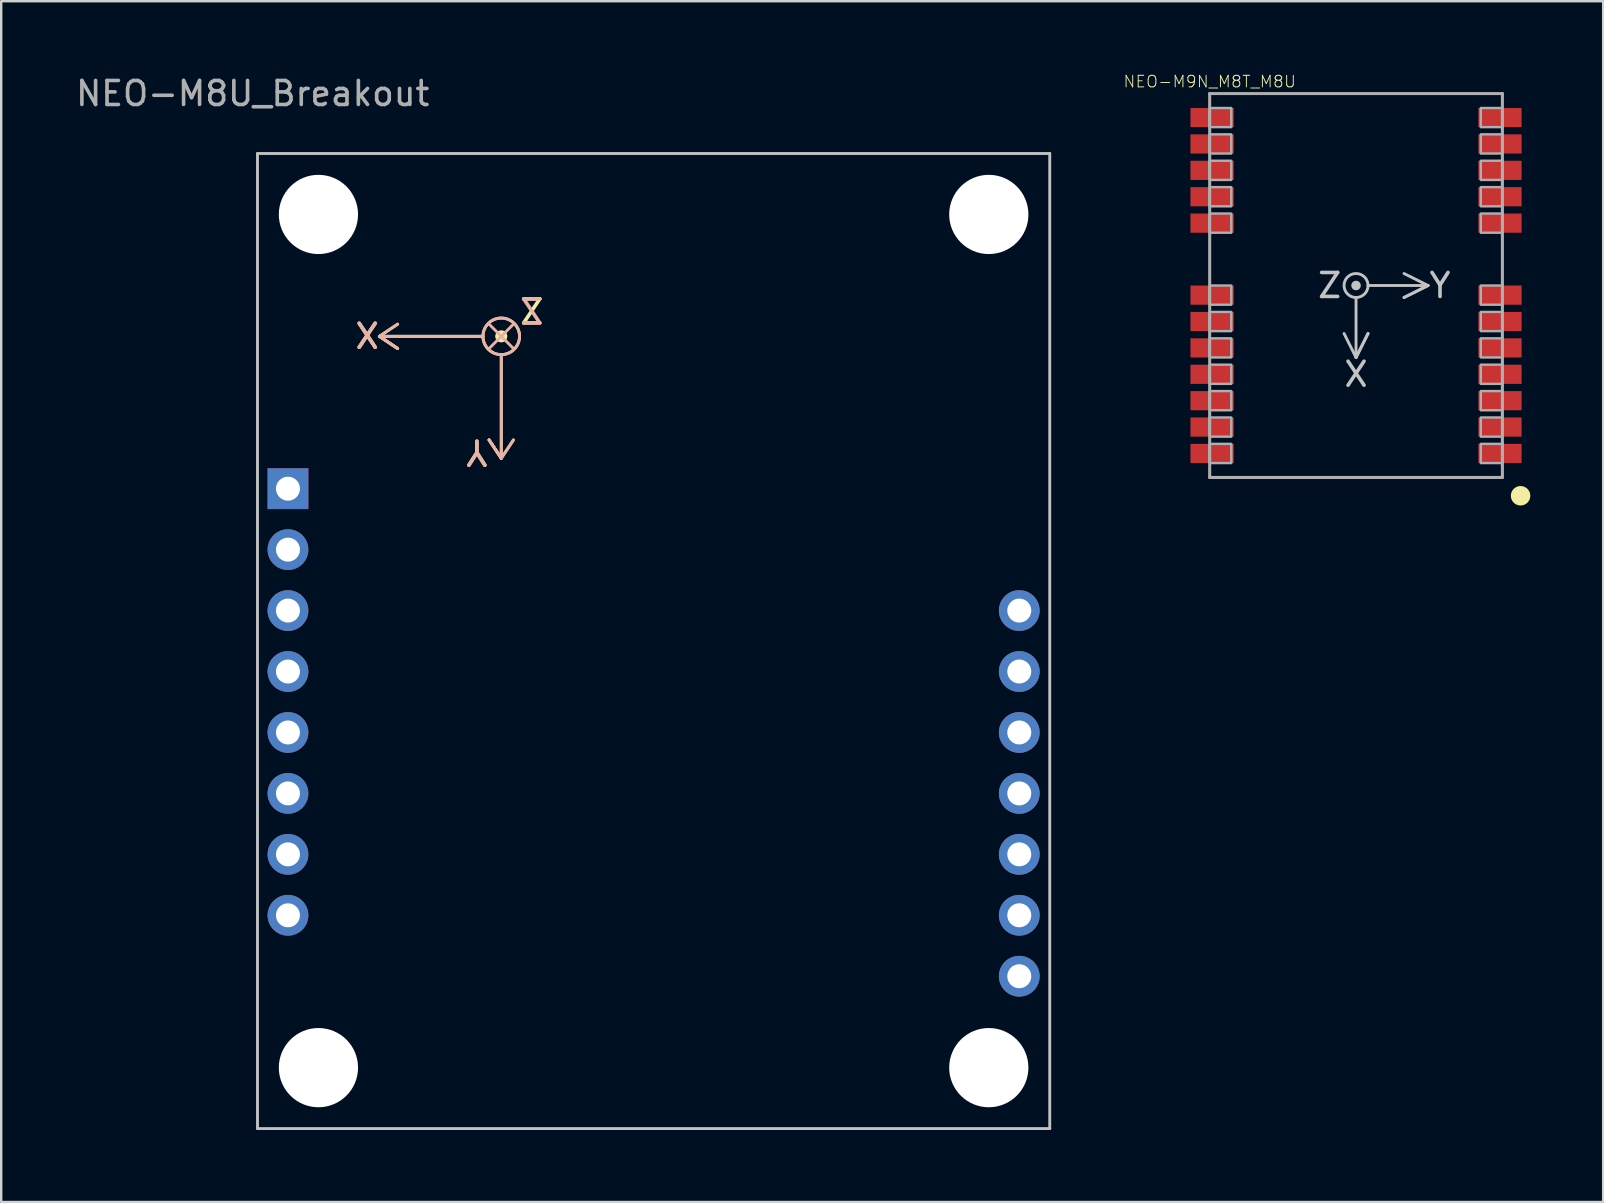
<source format=kicad_pcb>
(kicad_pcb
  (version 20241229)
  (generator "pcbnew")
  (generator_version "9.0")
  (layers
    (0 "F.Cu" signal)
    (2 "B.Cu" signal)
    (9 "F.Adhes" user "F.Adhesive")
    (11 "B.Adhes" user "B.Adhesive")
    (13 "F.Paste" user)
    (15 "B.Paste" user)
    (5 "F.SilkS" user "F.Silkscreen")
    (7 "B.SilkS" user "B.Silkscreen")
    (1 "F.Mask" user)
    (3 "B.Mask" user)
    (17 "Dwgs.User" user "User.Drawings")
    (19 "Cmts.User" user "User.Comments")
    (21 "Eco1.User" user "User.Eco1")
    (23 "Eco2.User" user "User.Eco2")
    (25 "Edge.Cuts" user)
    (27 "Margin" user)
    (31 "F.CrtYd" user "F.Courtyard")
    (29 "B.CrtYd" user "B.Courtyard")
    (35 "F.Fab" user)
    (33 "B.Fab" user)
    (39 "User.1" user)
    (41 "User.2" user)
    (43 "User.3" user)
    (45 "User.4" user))
  (footprint "NEO-M9N_M8T_M8U"
    (layer "F.Cu")
    (at 53.468 8.85)
    (property "Reference" "NEO-M9N_M8T_M8U" (at -6.1 -8.5 0) (layer "F.SilkS") (effects (font (size 0.483 0.483) (thickness 0.039))))
    (attr smd)
    (fp_circle (center 6.858 8.763) (end 7.061 8.763) (stroke (width 0.406) (type solid)) (fill no) (layer "F.SilkS"))
    (fp_poly (pts (xy -6.1 -7.4) (xy -7.3 -7.4) (xy -7.3 -6.6) (xy -6.1 -6.6)) (stroke (width 0) (type solid)) (fill yes) (layer "F.Paste"))
    (fp_poly (pts (xy -6.1 -6.3) (xy -7.3 -6.3) (xy -7.3 -5.5) (xy -6.1 -5.5)) (stroke (width 0) (type solid)) (fill yes) (layer "F.Paste"))
    (fp_poly (pts (xy -6.1 -5.2) (xy -7.3 -5.2) (xy -7.3 -4.4) (xy -6.1 -4.4)) (stroke (width 0) (type solid)) (fill yes) (layer "F.Paste"))
    (fp_poly (pts (xy -6.1 -4.1) (xy -7.3 -4.1) (xy -7.3 -3.3) (xy -6.1 -3.3)) (stroke (width 0) (type solid)) (fill yes) (layer "F.Paste"))
    (fp_poly (pts (xy -6.1 -3) (xy -7.3 -3) (xy -7.3 -2.2) (xy -6.1 -2.2)) (stroke (width 0) (type solid)) (fill yes) (layer "F.Paste"))
    (fp_poly (pts (xy -6.1 0) (xy -7.3 0) (xy -7.3 0.8) (xy -6.1 0.8)) (stroke (width 0) (type solid)) (fill yes) (layer "F.Paste"))
    (fp_poly (pts (xy -6.1 1.1) (xy -7.3 1.1) (xy -7.3 1.9) (xy -6.1 1.9)) (stroke (width 0) (type solid)) (fill yes) (layer "F.Paste"))
    (fp_poly (pts (xy -6.1 2.2) (xy -7.3 2.2) (xy -7.3 3) (xy -6.1 3)) (stroke (width 0) (type solid)) (fill yes) (layer "F.Paste"))
    (fp_poly (pts (xy -6.1 3.3) (xy -7.3 3.3) (xy -7.3 4.1) (xy -6.1 4.1)) (stroke (width 0) (type solid)) (fill yes) (layer "F.Paste"))
    (fp_poly (pts (xy -6.1 4.4) (xy -7.3 4.4) (xy -7.3 5.2) (xy -6.1 5.2)) (stroke (width 0) (type solid)) (fill yes) (layer "F.Paste"))
    (fp_poly (pts (xy -6.1 5.5) (xy -7.3 5.5) (xy -7.3 6.3) (xy -6.1 6.3)) (stroke (width 0) (type solid)) (fill yes) (layer "F.Paste"))
    (fp_poly (pts (xy -6.1 6.6) (xy -7.3 6.6) (xy -7.3 7.4) (xy -6.1 7.4)) (stroke (width 0) (type solid)) (fill yes) (layer "F.Paste"))
    (fp_poly (pts (xy -5.2 -7.3) (xy -6.1 -7.3) (xy -6.1 -6.7) (xy -5.2 -6.7)) (stroke (width 0) (type solid)) (fill yes) (layer "F.Paste"))
    (fp_poly (pts (xy -5.2 -6.2) (xy -6.1 -6.2) (xy -6.1 -5.6) (xy -5.2 -5.6)) (stroke (width 0) (type solid)) (fill yes) (layer "F.Paste"))
    (fp_poly (pts (xy -5.2 -5.1) (xy -6.1 -5.1) (xy -6.1 -4.5) (xy -5.2 -4.5)) (stroke (width 0) (type solid)) (fill yes) (layer "F.Paste"))
    (fp_poly (pts (xy -5.2 -4) (xy -6.1 -4) (xy -6.1 -3.4) (xy -5.2 -3.4)) (stroke (width 0) (type solid)) (fill yes) (layer "F.Paste"))
    (fp_poly (pts (xy -5.2 -2.9) (xy -6.1 -2.9) (xy -6.1 -2.3) (xy -5.2 -2.3)) (stroke (width 0) (type solid)) (fill yes) (layer "F.Paste"))
    (fp_poly (pts (xy -5.2 0.1) (xy -6.1 0.1) (xy -6.1 0.7) (xy -5.2 0.7)) (stroke (width 0) (type solid)) (fill yes) (layer "F.Paste"))
    (fp_poly (pts (xy -5.2 1.2) (xy -6.1 1.2) (xy -6.1 1.8) (xy -5.2 1.8)) (stroke (width 0) (type solid)) (fill yes) (layer "F.Paste"))
    (fp_poly (pts (xy -5.2 2.3) (xy -6.1 2.3) (xy -6.1 2.9) (xy -5.2 2.9)) (stroke (width 0) (type solid)) (fill yes) (layer "F.Paste"))
    (fp_poly (pts (xy -5.2 3.4) (xy -6.1 3.4) (xy -6.1 4) (xy -5.2 4)) (stroke (width 0) (type solid)) (fill yes) (layer "F.Paste"))
    (fp_poly (pts (xy -5.2 4.5) (xy -6.1 4.5) (xy -6.1 5.1) (xy -5.2 5.1)) (stroke (width 0) (type solid)) (fill yes) (layer "F.Paste"))
    (fp_poly (pts (xy -5.2 5.6) (xy -6.1 5.6) (xy -6.1 6.2) (xy -5.2 6.2)) (stroke (width 0) (type solid)) (fill yes) (layer "F.Paste"))
    (fp_poly (pts (xy -5.2 6.7) (xy -6.1 6.7) (xy -6.1 7.3) (xy -5.2 7.3)) (stroke (width 0) (type solid)) (fill yes) (layer "F.Paste"))
    (fp_poly (pts (xy 5.2 -6.7) (xy 6.1 -6.7) (xy 6.1 -7.3) (xy 5.2 -7.3)) (stroke (width 0) (type solid)) (fill yes) (layer "F.Paste"))
    (fp_poly (pts (xy 5.2 -5.6) (xy 6.1 -5.6) (xy 6.1 -6.2) (xy 5.2 -6.2)) (stroke (width 0) (type solid)) (fill yes) (layer "F.Paste"))
    (fp_poly (pts (xy 5.2 -4.5) (xy 6.1 -4.5) (xy 6.1 -5.1) (xy 5.2 -5.1)) (stroke (width 0) (type solid)) (fill yes) (layer "F.Paste"))
    (fp_poly (pts (xy 5.2 -3.4) (xy 6.1 -3.4) (xy 6.1 -4) (xy 5.2 -4)) (stroke (width 0) (type solid)) (fill yes) (layer "F.Paste"))
    (fp_poly (pts (xy 5.2 -2.3) (xy 6.1 -2.3) (xy 6.1 -2.9) (xy 5.2 -2.9)) (stroke (width 0) (type solid)) (fill yes) (layer "F.Paste"))
    (fp_poly (pts (xy 5.2 0.7) (xy 6.1 0.7) (xy 6.1 0.1) (xy 5.2 0.1)) (stroke (width 0) (type solid)) (fill yes) (layer "F.Paste"))
    (fp_poly (pts (xy 5.2 1.8) (xy 6.1 1.8) (xy 6.1 1.2) (xy 5.2 1.2)) (stroke (width 0) (type solid)) (fill yes) (layer "F.Paste"))
    (fp_poly (pts (xy 5.2 2.9) (xy 6.1 2.9) (xy 6.1 2.3) (xy 5.2 2.3)) (stroke (width 0) (type solid)) (fill yes) (layer "F.Paste"))
    (fp_poly (pts (xy 5.2 4) (xy 6.1 4) (xy 6.1 3.4) (xy 5.2 3.4)) (stroke (width 0) (type solid)) (fill yes) (layer "F.Paste"))
    (fp_poly (pts (xy 5.2 5.1) (xy 6.1 5.1) (xy 6.1 4.5) (xy 5.2 4.5)) (stroke (width 0) (type solid)) (fill yes) (layer "F.Paste"))
    (fp_poly (pts (xy 5.2 6.2) (xy 6.1 6.2) (xy 6.1 5.6) (xy 5.2 5.6)) (stroke (width 0) (type solid)) (fill yes) (layer "F.Paste"))
    (fp_poly (pts (xy 5.2 7.3) (xy 6.1 7.3) (xy 6.1 6.7) (xy 5.2 6.7)) (stroke (width 0) (type solid)) (fill yes) (layer "F.Paste"))
    (fp_poly (pts (xy 6.1 -6.6) (xy 7.3 -6.6) (xy 7.3 -7.4) (xy 6.1 -7.4)) (stroke (width 0) (type solid)) (fill yes) (layer "F.Paste"))
    (fp_poly (pts (xy 6.1 -5.5) (xy 7.3 -5.5) (xy 7.3 -6.3) (xy 6.1 -6.3)) (stroke (width 0) (type solid)) (fill yes) (layer "F.Paste"))
    (fp_poly (pts (xy 6.1 -4.4) (xy 7.3 -4.4) (xy 7.3 -5.2) (xy 6.1 -5.2)) (stroke (width 0) (type solid)) (fill yes) (layer "F.Paste"))
    (fp_poly (pts (xy 6.1 -3.3) (xy 7.3 -3.3) (xy 7.3 -4.1) (xy 6.1 -4.1)) (stroke (width 0) (type solid)) (fill yes) (layer "F.Paste"))
    (fp_poly (pts (xy 6.1 -2.2) (xy 7.3 -2.2) (xy 7.3 -3) (xy 6.1 -3)) (stroke (width 0) (type solid)) (fill yes) (layer "F.Paste"))
    (fp_poly (pts (xy 6.1 0.8) (xy 7.3 0.8) (xy 7.3 0) (xy 6.1 0)) (stroke (width 0) (type solid)) (fill yes) (layer "F.Paste"))
    (fp_poly (pts (xy 6.1 1.9) (xy 7.3 1.9) (xy 7.3 1.1) (xy 6.1 1.1)) (stroke (width 0) (type solid)) (fill yes) (layer "F.Paste"))
    (fp_poly (pts (xy 6.1 3) (xy 7.3 3) (xy 7.3 2.2) (xy 6.1 2.2)) (stroke (width 0) (type solid)) (fill yes) (layer "F.Paste"))
    (fp_poly (pts (xy 6.1 4.1) (xy 7.3 4.1) (xy 7.3 3.3) (xy 6.1 3.3)) (stroke (width 0) (type solid)) (fill yes) (layer "F.Paste"))
    (fp_poly (pts (xy 6.1 5.2) (xy 7.3 5.2) (xy 7.3 4.4) (xy 6.1 4.4)) (stroke (width 0) (type solid)) (fill yes) (layer "F.Paste"))
    (fp_poly (pts (xy 6.1 6.3) (xy 7.3 6.3) (xy 7.3 5.5) (xy 6.1 5.5)) (stroke (width 0) (type solid)) (fill yes) (layer "F.Paste"))
    (fp_poly (pts (xy 6.1 7.4) (xy 7.3 7.4) (xy 7.3 6.6) (xy 6.1 6.6)) (stroke (width 0) (type solid)) (fill yes) (layer "F.Paste"))
    (fp_line (start 0 0.5) (end 0 3) (stroke (width 0.12) (type solid)) (layer "Dwgs.User"))
    (fp_line (start 0 3) (end -0.5 2) (stroke (width 0.12) (type solid)) (layer "Dwgs.User"))
    (fp_line (start 0 3) (end 0.5 2) (stroke (width 0.12) (type solid)) (layer "Dwgs.User"))
    (fp_line (start 0.5 2) (end 0 3) (stroke (width 0.12) (type solid)) (layer "Dwgs.User"))
    (fp_line (start 2 -0.5) (end 3 0) (stroke (width 0.12) (type solid)) (layer "Dwgs.User"))
    (fp_line (start 2 0.5) (end 3 0) (stroke (width 0.12) (type solid)) (layer "Dwgs.User"))
    (fp_line (start 3 0) (end 0.5 0) (stroke (width 0.12) (type solid)) (layer "Dwgs.User"))
    (fp_line (start 3 0) (end 2 0.5) (stroke (width 0.12) (type solid)) (layer "Dwgs.User"))
    (fp_circle (center 0 0) (end 0.1 0) (stroke (width 0.2) (type solid)) (fill no) (layer "Dwgs.User"))
    (fp_circle (center 0 0) (end 0.5 0) (stroke (width 0.12) (type solid)) (fill no) (layer "Dwgs.User"))
    (fp_line (start -6.1 -8) (end 6.1 -8) (stroke (width 0.127) (type solid)) (layer "F.Fab"))
    (fp_line (start -6.1 8) (end -6.1 -8) (stroke (width 0.127) (type solid)) (layer "F.Fab"))
    (fp_line (start 6.1 -8) (end 6.1 8) (stroke (width 0.127) (type solid)) (layer "F.Fab"))
    (fp_line (start 6.1 8) (end -6.1 8) (stroke (width 0.127) (type solid)) (layer "F.Fab"))
    (fp_poly (pts (xy -6.1 -6.6) (xy -5.2 -6.6) (xy -5.2 -7.4) (xy -6.1 -7.4)) (stroke (width 0.1) (type solid)) (fill no) (layer "F.Fab"))
    (fp_poly (pts (xy -6.1 -5.5) (xy -5.2 -5.5) (xy -5.2 -6.3) (xy -6.1 -6.3)) (stroke (width 0.1) (type solid)) (fill no) (layer "F.Fab"))
    (fp_poly (pts (xy -6.1 -4.4) (xy -5.2 -4.4) (xy -5.2 -5.2) (xy -6.1 -5.2)) (stroke (width 0.1) (type solid)) (fill no) (layer "F.Fab"))
    (fp_poly (pts (xy -6.1 -3.3) (xy -5.2 -3.3) (xy -5.2 -4.1) (xy -6.1 -4.1)) (stroke (width 0.1) (type solid)) (fill no) (layer "F.Fab"))
    (fp_poly (pts (xy -6.1 -2.2) (xy -5.2 -2.2) (xy -5.2 -3) (xy -6.1 -3)) (stroke (width 0.1) (type solid)) (fill no) (layer "F.Fab"))
    (fp_poly (pts (xy -6.1 0.8) (xy -5.2 0.8) (xy -5.2 0) (xy -6.1 0)) (stroke (width 0.1) (type solid)) (fill no) (layer "F.Fab"))
    (fp_poly (pts (xy -6.1 1.9) (xy -5.2 1.9) (xy -5.2 1.1) (xy -6.1 1.1)) (stroke (width 0.1) (type solid)) (fill no) (layer "F.Fab"))
    (fp_poly (pts (xy -6.1 3) (xy -5.2 3) (xy -5.2 2.2) (xy -6.1 2.2)) (stroke (width 0.1) (type solid)) (fill no) (layer "F.Fab"))
    (fp_poly (pts (xy -6.1 4.1) (xy -5.2 4.1) (xy -5.2 3.3) (xy -6.1 3.3)) (stroke (width 0.1) (type solid)) (fill no) (layer "F.Fab"))
    (fp_poly (pts (xy -6.1 5.2) (xy -5.2 5.2) (xy -5.2 4.4) (xy -6.1 4.4)) (stroke (width 0.1) (type solid)) (fill no) (layer "F.Fab"))
    (fp_poly (pts (xy -6.1 6.3) (xy -5.2 6.3) (xy -5.2 5.5) (xy -6.1 5.5)) (stroke (width 0.1) (type solid)) (fill no) (layer "F.Fab"))
    (fp_poly (pts (xy -6.1 7.4) (xy -5.2 7.4) (xy -5.2 6.6) (xy -6.1 6.6)) (stroke (width 0.1) (type solid)) (fill no) (layer "F.Fab"))
    (fp_poly (pts (xy 5.2 -6.6) (xy 6.1 -6.6) (xy 6.1 -7.4) (xy 5.2 -7.4)) (stroke (width 0.1) (type solid)) (fill no) (layer "F.Fab"))
    (fp_poly (pts (xy 5.2 -5.5) (xy 6.1 -5.5) (xy 6.1 -6.3) (xy 5.2 -6.3)) (stroke (width 0.1) (type solid)) (fill no) (layer "F.Fab"))
    (fp_poly (pts (xy 5.2 -4.4) (xy 6.1 -4.4) (xy 6.1 -5.2) (xy 5.2 -5.2)) (stroke (width 0.1) (type solid)) (fill no) (layer "F.Fab"))
    (fp_poly (pts (xy 5.2 -3.3) (xy 6.1 -3.3) (xy 6.1 -4.1) (xy 5.2 -4.1)) (stroke (width 0.1) (type solid)) (fill no) (layer "F.Fab"))
    (fp_poly (pts (xy 5.2 -2.2) (xy 6.1 -2.2) (xy 6.1 -3) (xy 5.2 -3)) (stroke (width 0.1) (type solid)) (fill no) (layer "F.Fab"))
    (fp_poly (pts (xy 5.2 0.8) (xy 6.1 0.8) (xy 6.1 0) (xy 5.2 0)) (stroke (width 0.1) (type solid)) (fill no) (layer "F.Fab"))
    (fp_poly (pts (xy 5.2 1.9) (xy 6.1 1.9) (xy 6.1 1.1) (xy 5.2 1.1)) (stroke (width 0.1) (type solid)) (fill no) (layer "F.Fab"))
    (fp_poly (pts (xy 5.2 3) (xy 6.1 3) (xy 6.1 2.2) (xy 5.2 2.2)) (stroke (width 0.1) (type solid)) (fill no) (layer "F.Fab"))
    (fp_poly (pts (xy 5.2 4.1) (xy 6.1 4.1) (xy 6.1 3.3) (xy 5.2 3.3)) (stroke (width 0.1) (type solid)) (fill no) (layer "F.Fab"))
    (fp_poly (pts (xy 5.2 5.2) (xy 6.1 5.2) (xy 6.1 4.4) (xy 5.2 4.4)) (stroke (width 0.1) (type solid)) (fill no) (layer "F.Fab"))
    (fp_poly (pts (xy 5.2 6.3) (xy 6.1 6.3) (xy 6.1 5.5) (xy 5.2 5.5)) (stroke (width 0.1) (type solid)) (fill no) (layer "F.Fab"))
    (fp_poly (pts (xy 5.2 7.4) (xy 6.1 7.4) (xy 6.1 6.6) (xy 5.2 6.6)) (stroke (width 0.1) (type solid)) (fill no) (layer "F.Fab"))
    (fp_text user "Y" (at 3.5 0 0) (layer "Dwgs.User") (effects (font (size 1 1) (thickness 0.15))))
    (fp_text user "X" (at 0 3.7 0) (layer "Dwgs.User") (effects (font (size 1 1) (thickness 0.15))))
    (fp_text user "Z" (at -1.1 0 0) (layer "Dwgs.User") (effects (font (size 1 1) (thickness 0.15))))
    (pad "1" smd rect (at 6 7) (size 1.8 0.8) (layers "F.Cu" "F.Mask"))
    (pad "2" smd rect (at 6 5.9) (size 1.8 0.8) (layers "F.Cu" "F.Mask"))
    (pad "3" smd rect (at 6 4.8) (size 1.8 0.8) (layers "F.Cu" "F.Mask"))
    (pad "4" smd rect (at 6 3.7) (size 1.8 0.8) (layers "F.Cu" "F.Mask"))
    (pad "5" smd rect (at 6 2.6) (size 1.8 0.8) (layers "F.Cu" "F.Mask"))
    (pad "6" smd rect (at 6 1.5) (size 1.8 0.8) (layers "F.Cu" "F.Mask"))
    (pad "7" smd rect (at 6 0.4) (size 1.8 0.8) (layers "F.Cu" "F.Mask"))
    (pad "8" smd rect (at 6 -2.6) (size 1.8 0.8) (layers "F.Cu" "F.Mask"))
    (pad "9" smd rect (at 6 -3.7) (size 1.8 0.8) (layers "F.Cu" "F.Mask"))
    (pad "10" smd rect (at 6 -4.8) (size 1.8 0.8) (layers "F.Cu" "F.Mask"))
    (pad "11" smd rect (at 6 -5.9) (size 1.8 0.8) (layers "F.Cu" "F.Mask"))
    (pad "12" smd rect (at 6 -7) (size 1.8 0.8) (layers "F.Cu" "F.Mask"))
    (pad "13" smd rect (at -6 -7 180) (size 1.8 0.8) (layers "F.Cu" "F.Mask"))
    (pad "14" smd rect (at -6 -5.9 180) (size 1.8 0.8) (layers "F.Cu" "F.Mask"))
    (pad "15" smd rect (at -6 -4.8 180) (size 1.8 0.8) (layers "F.Cu" "F.Mask"))
    (pad "16" smd rect (at -6 -3.7 180) (size 1.8 0.8) (layers "F.Cu" "F.Mask"))
    (pad "17" smd rect (at -6 -2.6 180) (size 1.8 0.8) (layers "F.Cu" "F.Mask"))
    (pad "18" smd rect (at -6 0.4 180) (size 1.8 0.8) (layers "F.Cu" "F.Mask"))
    (pad "19" smd rect (at -6 1.5 180) (size 1.8 0.8) (layers "F.Cu" "F.Mask"))
    (pad "20" smd rect (at -6 2.6 180) (size 1.8 0.8) (layers "F.Cu" "F.Mask"))
    (pad "21" smd rect (at -6 3.7 180) (size 1.8 0.8) (layers "F.Cu" "F.Mask"))
    (pad "22" smd rect (at -6 4.8 180) (size 1.8 0.8) (layers "F.Cu" "F.Mask"))
    (pad "23" smd rect (at -6 5.9 180) (size 1.8 0.8) (layers "F.Cu" "F.Mask"))
    (pad "24" smd rect (at -6 7 180) (size 1.8 0.8) (layers "F.Cu" "F.Mask")))
  (footprint "NEO-M8U_Breakout"
    (layer "F.Cu")
    (at 7.682 3.348)
    (property "Reference" "NEO-M8U_Breakout" (at -0.2 -2.5 0) (layer "F.Fab") (effects (font (size 1 1) (thickness 0.15))))
    (attr through_hole)
    (fp_line (start 5.08 7.62) (end 5.842 8.128) (stroke (width 0.12) (type solid)) (layer "F.SilkS"))
    (fp_line (start 5.08 7.62) (end 9.398 7.62) (stroke (width 0.12) (type solid)) (layer "F.SilkS"))
    (fp_line (start 5.842 7.112) (end 5.08 7.62) (stroke (width 0.12) (type solid)) (layer "F.SilkS"))
    (fp_line (start 5.842 8.128) (end 5.08 7.62) (stroke (width 0.12) (type solid)) (layer "F.SilkS"))
    (fp_line (start 9.652 11.938) (end 10.16 12.7) (stroke (width 0.12) (type solid)) (layer "F.SilkS"))
    (fp_line (start 10.16 8.382) (end 10.16 12.7) (stroke (width 0.12) (type solid)) (layer "F.SilkS"))
    (fp_line (start 10.16 12.7) (end 9.652 11.938) (stroke (width 0.12) (type solid)) (layer "F.SilkS"))
    (fp_line (start 10.16 12.7) (end 10.668 11.938) (stroke (width 0.12) (type solid)) (layer "F.SilkS"))
    (fp_circle (center 10.16 7.62) (end 9.398 7.62) (stroke (width 0.12) (type solid)) (fill no) (layer "F.SilkS"))
    (fp_circle (center 10.16 7.62) (end 10.287 7.62) (stroke (width 0.254) (type solid)) (fill no) (layer "F.SilkS"))
    (fp_line (start 5.08 7.62) (end 5.842 7.112) (stroke (width 0.12) (type solid)) (layer "B.SilkS"))
    (fp_line (start 5.08 7.62) (end 5.842 8.128) (stroke (width 0.12) (type solid)) (layer "B.SilkS"))
    (fp_line (start 5.842 8.128) (end 5.08 7.62) (stroke (width 0.12) (type solid)) (layer "B.SilkS"))
    (fp_line (start 9.398 7.62) (end 5.08 7.62) (stroke (width 0.12) (type solid)) (layer "B.SilkS"))
    (fp_line (start 9.652 7.112) (end 10.668 8.128) (stroke (width 0.12) (type solid)) (layer "B.SilkS"))
    (fp_line (start 9.652 11.938) (end 10.16 12.7) (stroke (width 0.12) (type solid)) (layer "B.SilkS"))
    (fp_line (start 10.16 12.7) (end 9.652 11.938) (stroke (width 0.12) (type solid)) (layer "B.SilkS"))
    (fp_line (start 10.16 12.7) (end 10.16 8.382) (stroke (width 0.12) (type solid)) (layer "B.SilkS"))
    (fp_line (start 10.668 7.112) (end 9.652 8.128) (stroke (width 0.12) (type solid)) (layer "B.SilkS"))
    (fp_line (start 10.668 11.938) (end 10.16 12.7) (stroke (width 0.12) (type solid)) (layer "B.SilkS"))
    (fp_circle (center 10.16 7.62) (end 10.16 8.382) (stroke (width 0.12) (type solid)) (fill no) (layer "B.SilkS"))
    (fp_line (start 0 0) (end 33.02 0) (stroke (width 0.12) (type solid)) (layer "Dwgs.User"))
    (fp_line (start 0 40.64) (end 0 0) (stroke (width 0.12) (type solid)) (layer "Dwgs.User"))
    (fp_line (start 33.02 0) (end 33.02 40.64) (stroke (width 0.12) (type solid)) (layer "Dwgs.User"))
    (fp_line (start 33.02 40.64) (end 0 40.64) (stroke (width 0.12) (type solid)) (layer "Dwgs.User"))
    (fp_text user "X" (at 4.572 7.62 180) (layer "F.SilkS") (effects (font (size 1 1) (thickness 0.15))))
    (fp_text user "Y" (at 9.144 12.446 180) (unlocked yes) (layer "F.SilkS") (effects (font (size 1 1) (thickness 0.15))))
    (fp_text user "Z" (at 11.43 6.604 180) (layer "F.SilkS") (effects (font (size 1 1) (thickness 0.15))))
    (fp_text user "Y" (at 9.144 12.446 180) (unlocked yes) (layer "B.SilkS") (effects (font (size 1 1) (thickness 0.15)) (justify mirror)))
    (fp_text user "X" (at 4.572 7.62 0) (layer "B.SilkS") (effects (font (size 1 1) (thickness 0.15)) (justify mirror)))
    (fp_text user "Z" (at 11.43 6.604 0) (layer "B.SilkS") (effects (font (size 1 1) (thickness 0.15)) (justify mirror)))
    (pad "" np_thru_hole circle (at 2.54 2.54) (size 3.302 3.302) (drill 3.302) (layers "*.Cu" "*.Mask"))
    (pad "" np_thru_hole circle (at 2.54 38.1) (size 3.302 3.302) (drill 3.302) (layers "*.Cu" "*.Mask"))
    (pad "" np_thru_hole circle (at 30.48 2.54) (size 3.302 3.302) (drill 3.302) (layers "*.Cu" "*.Mask"))
    (pad "" np_thru_hole circle (at 30.48 38.1) (size 3.302 3.302) (drill 3.302) (layers "*.Cu" "*.Mask"))
    (pad "1" thru_hole rect (at 1.27 13.97) (size 1.7 1.7) (drill 1) (layers "*.Cu" "*.Mask"))
    (pad "2" thru_hole oval (at 1.27 16.51) (size 1.7 1.7) (drill 1) (layers "*.Cu" "*.Mask"))
    (pad "3" thru_hole oval (at 1.27 19.05) (size 1.7 1.7) (drill 1) (layers "*.Cu" "*.Mask"))
    (pad "4" thru_hole oval (at 1.27 21.59) (size 1.7 1.7) (drill 1) (layers "*.Cu" "*.Mask"))
    (pad "5" thru_hole oval (at 1.27 24.13) (size 1.7 1.7) (drill 1) (layers "*.Cu" "*.Mask"))
    (pad "6" thru_hole oval (at 1.27 26.67) (size 1.7 1.7) (drill 1) (layers "*.Cu" "*.Mask"))
    (pad "7" thru_hole oval (at 1.27 29.21) (size 1.7 1.7) (drill 1) (layers "*.Cu" "*.Mask"))
    (pad "8" thru_hole oval (at 1.27 31.75) (size 1.7 1.7) (drill 1) (layers "*.Cu" "*.Mask"))
    (pad "9" thru_hole oval (at 31.75 34.29 180) (size 1.7 1.7) (drill 1) (layers "*.Cu" "*.Mask"))
    (pad "10" thru_hole oval (at 31.75 31.75 180) (size 1.7 1.7) (drill 1) (layers "*.Cu" "*.Mask"))
    (pad "11" thru_hole oval (at 31.75 29.21 180) (size 1.7 1.7) (drill 1) (layers "*.Cu" "*.Mask"))
    (pad "12" thru_hole oval (at 31.75 26.67 180) (size 1.7 1.7) (drill 1) (layers "*.Cu" "*.Mask"))
    (pad "13" thru_hole oval (at 31.75 24.13 180) (size 1.7 1.7) (drill 1) (layers "*.Cu" "*.Mask"))
    (pad "14" thru_hole oval (at 31.75 21.59 180) (size 1.7 1.7) (drill 1) (layers "*.Cu" "*.Mask"))
    (pad "15" thru_hole oval (at 31.75 19.05 180) (size 1.7 1.7) (drill 1) (layers "*.Cu" "*.Mask")))
  (gr_rect
    (start -3 -3)
    (end 63.768 47.048)
    (stroke (width 0.1) (type default))
    (fill no)
    (layer "Edge.Cuts")))
</source>
